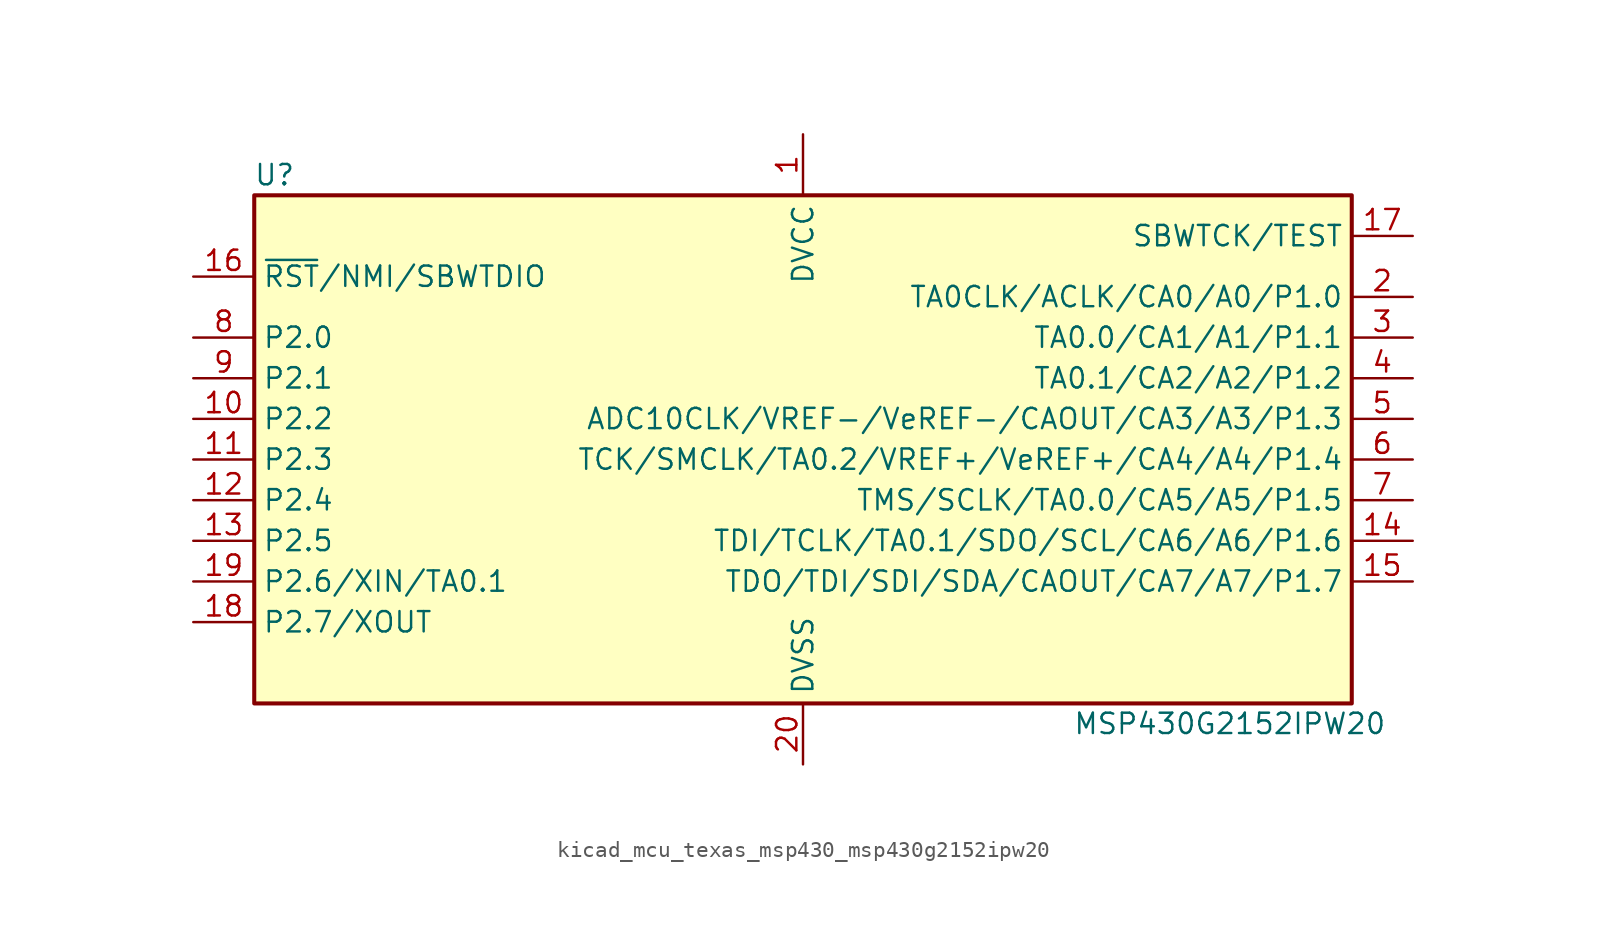
<source format=kicad_sym>
(kicad_symbol_lib
  (version 20220914)
  (generator kicad_symbol_editor)
  (symbol "kicad_mcu_texas_msp430_msp430g2152ipw20"
    (property "Reference" "U"
      (at -33.02 17.78 0)
      (effects (font (size 1.27 1.27))))
    (property "Value" "MSP430G2152IPW20"
      (at 26.67 -16.51 0)
      (effects (font (size 1.27 1.27))))
    (symbol "kicad_mcu_texas_msp430_msp430g2152ipw20_0_1"
      (rectangle (start -34.29 16.51) (end 34.29 -15.24) (stroke (width 0.254) (type default)) (fill (type background))))
    (symbol "kicad_mcu_texas_msp430_msp430g2152ipw20_1_1"
      (pin power_in line (at 0 20.32 270) (length 3.81) (name "DVCC" (effects (font (size 1.27 1.27)))) (number "1" (effects (font (size 1.27 1.27)))))
      (pin bidirectional line (at -38.1 2.54 0) (length 3.81) (name "P2.2" (effects (font (size 1.27 1.27)))) (number "10" (effects (font (size 1.27 1.27)))))
      (pin bidirectional line (at -38.1 0 0) (length 3.81) (name "P2.3" (effects (font (size 1.27 1.27)))) (number "11" (effects (font (size 1.27 1.27)))))
      (pin bidirectional line (at -38.1 -2.54 0) (length 3.81) (name "P2.4" (effects (font (size 1.27 1.27)))) (number "12" (effects (font (size 1.27 1.27)))))
      (pin bidirectional line (at -38.1 -5.08 0) (length 3.81) (name "P2.5" (effects (font (size 1.27 1.27)))) (number "13" (effects (font (size 1.27 1.27)))))
      (pin bidirectional line (at 38.1 -5.08 180) (length 3.81) (name "TDI/TCLK/TA0.1/SDO/SCL/CA6/A6/P1.6" (effects (font (size 1.27 1.27)))) (number "14" (effects (font (size 1.27 1.27)))))
      (pin bidirectional line (at 38.1 -7.62 180) (length 3.81) (name "TDO/TDI/SDI/SDA/CAOUT/CA7/A7/P1.7" (effects (font (size 1.27 1.27)))) (number "15" (effects (font (size 1.27 1.27)))))
      (pin input line (at -38.1 11.43 0) (length 3.81) (name "~{RST}/NMI/SBWTDIO" (effects (font (size 1.27 1.27)))) (number "16" (effects (font (size 1.27 1.27)))))
      (pin input line (at 38.1 13.97 180) (length 3.81) (name "SBWTCK/TEST" (effects (font (size 1.27 1.27)))) (number "17" (effects (font (size 1.27 1.27)))))
      (pin bidirectional line (at -38.1 -10.16 0) (length 3.81) (name "P2.7/XOUT" (effects (font (size 1.27 1.27)))) (number "18" (effects (font (size 1.27 1.27)))))
      (pin bidirectional line (at -38.1 -7.62 0) (length 3.81) (name "P2.6/XIN/TA0.1" (effects (font (size 1.27 1.27)))) (number "19" (effects (font (size 1.27 1.27)))))
      (pin bidirectional line (at 38.1 10.16 180) (length 3.81) (name "TA0CLK/ACLK/CA0/A0/P1.0" (effects (font (size 1.27 1.27)))) (number "2" (effects (font (size 1.27 1.27)))))
      (pin power_in line (at 0 -19.05 90) (length 3.81) (name "DVSS" (effects (font (size 1.27 1.27)))) (number "20" (effects (font (size 1.27 1.27)))))
      (pin bidirectional line (at 38.1 7.62 180) (length 3.81) (name "TA0.0/CA1/A1/P1.1" (effects (font (size 1.27 1.27)))) (number "3" (effects (font (size 1.27 1.27)))))
      (pin bidirectional line (at 38.1 5.08 180) (length 3.81) (name "TA0.1/CA2/A2/P1.2" (effects (font (size 1.27 1.27)))) (number "4" (effects (font (size 1.27 1.27)))))
      (pin bidirectional line (at 38.1 2.54 180) (length 3.81) (name "ADC10CLK/VREF-/VeREF-/CAOUT/CA3/A3/P1.3" (effects (font (size 1.27 1.27)))) (number "5" (effects (font (size 1.27 1.27)))))
      (pin bidirectional line (at 38.1 0 180) (length 3.81) (name "TCK/SMCLK/TA0.2/VREF+/VeREF+/CA4/A4/P1.4" (effects (font (size 1.27 1.27)))) (number "6" (effects (font (size 1.27 1.27)))))
      (pin bidirectional line (at 38.1 -2.54 180) (length 3.81) (name "TMS/SCLK/TA0.0/CA5/A5/P1.5" (effects (font (size 1.27 1.27)))) (number "7" (effects (font (size 1.27 1.27)))))
      (pin bidirectional line (at -38.1 7.62 0) (length 3.81) (name "P2.0" (effects (font (size 1.27 1.27)))) (number "8" (effects (font (size 1.27 1.27)))))
      (pin bidirectional line (at -38.1 5.08 0) (length 3.81) (name "P2.1" (effects (font (size 1.27 1.27)))) (number "9" (effects (font (size 1.27 1.27))))))))
</source>
